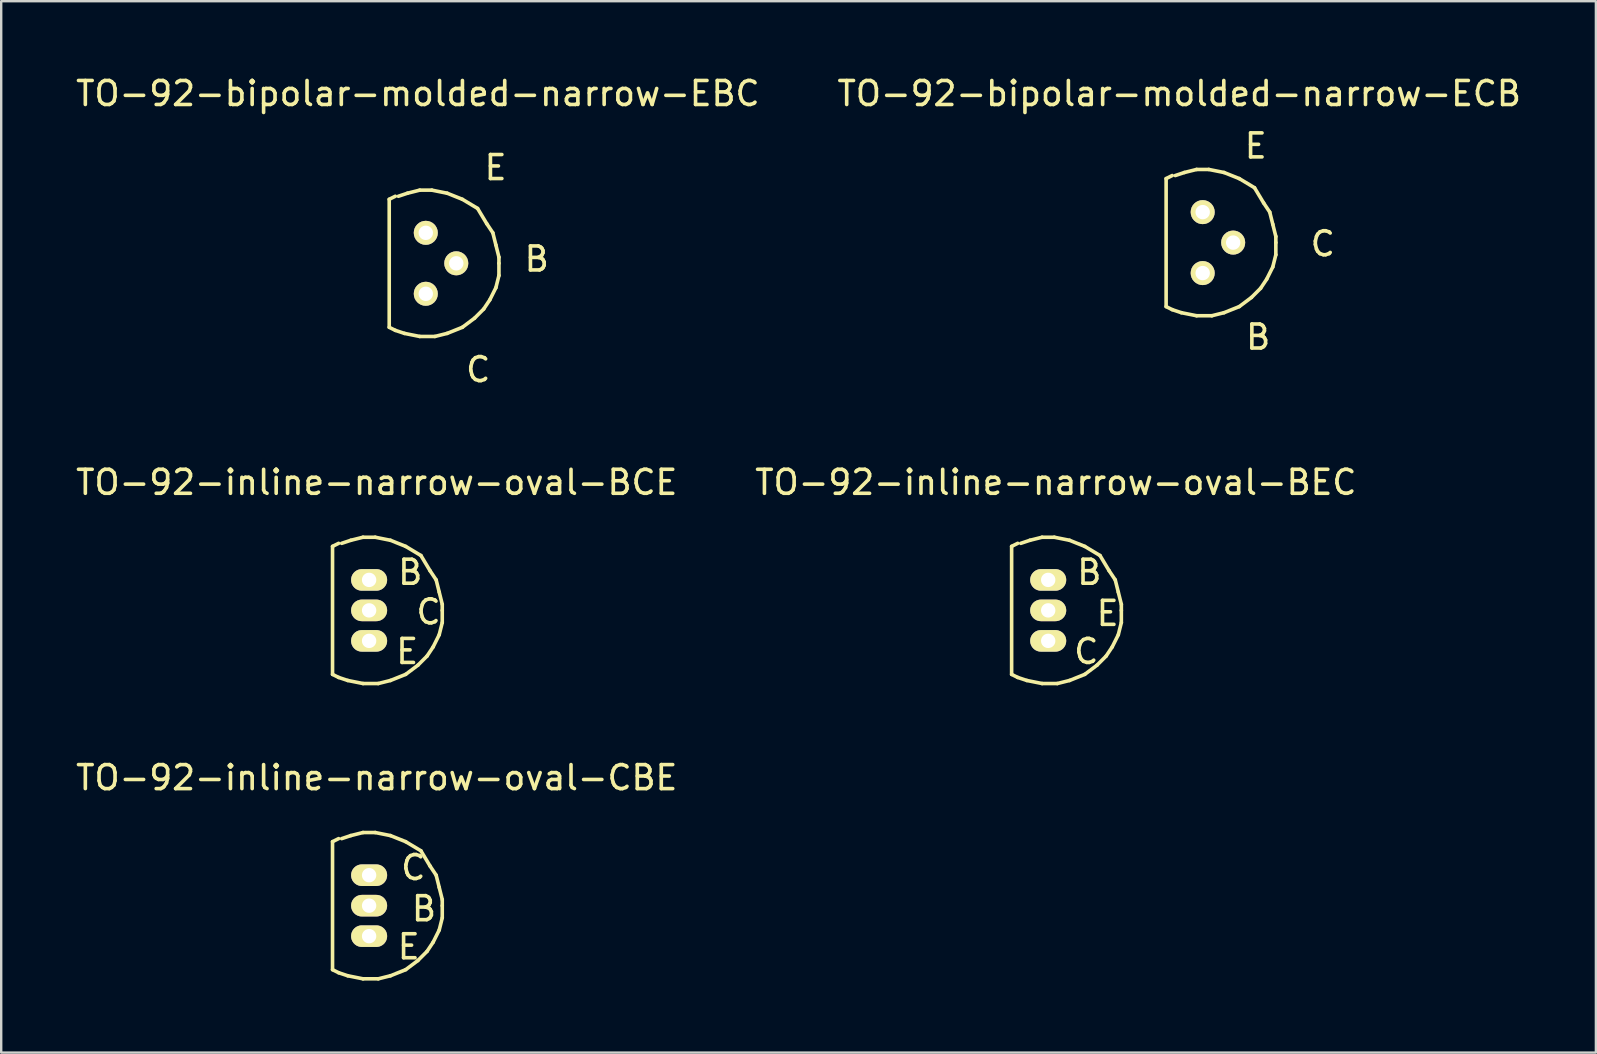
<source format=kicad_pcb>
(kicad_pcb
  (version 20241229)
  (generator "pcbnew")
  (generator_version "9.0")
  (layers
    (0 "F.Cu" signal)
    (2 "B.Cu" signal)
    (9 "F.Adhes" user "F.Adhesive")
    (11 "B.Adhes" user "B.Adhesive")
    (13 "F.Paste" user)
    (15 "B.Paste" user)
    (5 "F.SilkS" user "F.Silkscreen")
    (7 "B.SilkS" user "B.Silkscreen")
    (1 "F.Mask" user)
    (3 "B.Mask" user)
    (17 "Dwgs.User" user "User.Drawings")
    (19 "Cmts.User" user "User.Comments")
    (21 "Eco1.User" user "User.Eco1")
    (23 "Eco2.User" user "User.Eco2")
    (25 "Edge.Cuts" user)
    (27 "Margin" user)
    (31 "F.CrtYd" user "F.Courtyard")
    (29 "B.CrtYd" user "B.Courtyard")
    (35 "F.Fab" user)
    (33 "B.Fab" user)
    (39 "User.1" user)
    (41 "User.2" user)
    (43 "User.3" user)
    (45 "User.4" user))
  (footprint "TO-92-inline-narrow-oval-BEC"
    (layer "F.Cu")
    (at 40.629 22.385)
    (property "Reference" "TO-92-inline-narrow-oval-BEC" (at 0.318 -5.334 0) (layer "F.SilkS") (effects (font (size 1 1) (thickness 0.15))))
    (attr through_hole)
    (fp_line (start -1.524 -2.667) (end -1.524 2.667) (stroke (width 0.15) (type solid)) (layer "F.SilkS"))
    (fp_line (start -1.524 -2.667) (end -1.27 -2.794) (stroke (width 0.15) (type solid)) (layer "F.SilkS"))
    (fp_line (start -1.27 2.794) (end -1.524 2.667) (stroke (width 0.15) (type solid)) (layer "F.SilkS"))
    (fp_line (start -1.143 -2.794) (end -0.762 -2.921) (stroke (width 0.15) (type solid)) (layer "F.SilkS"))
    (fp_line (start -0.889 2.921) (end -1.27 2.794) (stroke (width 0.15) (type solid)) (layer "F.SilkS"))
    (fp_line (start -0.762 -2.921) (end -0.254 -3.048) (stroke (width 0.15) (type solid)) (layer "F.SilkS"))
    (fp_line (start -0.254 -3.048) (end 0.254 -3.048) (stroke (width 0.15) (type solid)) (layer "F.SilkS"))
    (fp_line (start -0.254 3.048) (end -0.889 2.921) (stroke (width 0.15) (type solid)) (layer "F.SilkS"))
    (fp_line (start 0.254 -3.048) (end 0.889 -2.921) (stroke (width 0.15) (type solid)) (layer "F.SilkS"))
    (fp_line (start 0.381 3.048) (end -0.254 3.048) (stroke (width 0.15) (type solid)) (layer "F.SilkS"))
    (fp_line (start 0.889 -2.921) (end 1.524 -2.667) (stroke (width 0.15) (type solid)) (layer "F.SilkS"))
    (fp_line (start 0.889 2.921) (end 0.381 3.048) (stroke (width 0.15) (type solid)) (layer "F.SilkS"))
    (fp_line (start 1.524 -2.667) (end 2.159 -2.286) (stroke (width 0.15) (type solid)) (layer "F.SilkS"))
    (fp_line (start 1.524 2.667) (end 0.889 2.921) (stroke (width 0.15) (type solid)) (layer "F.SilkS"))
    (fp_line (start 2.032 2.286) (end 1.524 2.667) (stroke (width 0.15) (type solid)) (layer "F.SilkS"))
    (fp_line (start 2.159 -2.286) (end 2.54 -1.651) (stroke (width 0.15) (type solid)) (layer "F.SilkS"))
    (fp_line (start 2.413 1.905) (end 2.032 2.286) (stroke (width 0.15) (type solid)) (layer "F.SilkS"))
    (fp_line (start 2.54 -1.651) (end 2.794 -1.27) (stroke (width 0.15) (type solid)) (layer "F.SilkS"))
    (fp_line (start 2.667 1.524) (end 2.413 1.905) (stroke (width 0.15) (type solid)) (layer "F.SilkS"))
    (fp_line (start 2.794 -1.27) (end 2.921 -0.762) (stroke (width 0.15) (type solid)) (layer "F.SilkS"))
    (fp_line (start 2.921 -0.762) (end 3.048 -0.254) (stroke (width 0.15) (type solid)) (layer "F.SilkS"))
    (fp_line (start 2.921 1.016) (end 2.667 1.524) (stroke (width 0.15) (type solid)) (layer "F.SilkS"))
    (fp_line (start 3.048 -0.254) (end 3.048 0) (stroke (width 0.15) (type solid)) (layer "F.SilkS"))
    (fp_line (start 3.048 0) (end 3.048 0.508) (stroke (width 0.15) (type solid)) (layer "F.SilkS"))
    (fp_line (start 3.048 0.508) (end 2.921 1.016) (stroke (width 0.15) (type solid)) (layer "F.SilkS"))
    (fp_text user "B" (at 1.714 -1.587 0) (layer "F.SilkS") (effects (font (size 1 1) (thickness 0.15))))
    (fp_text user "E" (at 2.477 0.127 0) (layer "F.SilkS") (effects (font (size 1 1) (thickness 0.15))))
    (fp_text user "C" (at 1.587 1.714 0) (layer "F.SilkS") (effects (font (size 1 1) (thickness 0.15))))
    (pad "B" thru_hole oval (at 0 -1.27 90) (size 0.899 1.501) (drill 0.599) (layers "*.Cu" "*.Mask" "F.SilkS"))
    (pad "C" thru_hole oval (at 0 1.27 90) (size 0.899 1.501) (drill 0.599) (layers "*.Cu" "*.Mask" "F.SilkS"))
    (pad "E" thru_hole oval (at 0 0 90) (size 0.899 1.501) (drill 0.599) (layers "*.Cu" "*.Mask" "F.SilkS")))
  (footprint "TO-92-bipolar-molded-narrow-EBC"
    (layer "F.Cu")
    (at 14.693 7.922)
    (property "Reference" "TO-92-bipolar-molded-narrow-EBC" (at -0.33 -7.074 0) (layer "F.SilkS") (effects (font (size 1 1) (thickness 0.15))))
    (attr through_hole)
    (fp_line (start -1.524 -2.667) (end -1.524 2.667) (stroke (width 0.15) (type solid)) (layer "F.SilkS"))
    (fp_line (start -1.524 -2.667) (end -1.27 -2.794) (stroke (width 0.15) (type solid)) (layer "F.SilkS"))
    (fp_line (start -1.27 2.794) (end -1.524 2.667) (stroke (width 0.15) (type solid)) (layer "F.SilkS"))
    (fp_line (start -1.143 -2.794) (end -0.762 -2.921) (stroke (width 0.15) (type solid)) (layer "F.SilkS"))
    (fp_line (start -0.889 2.921) (end -1.27 2.794) (stroke (width 0.15) (type solid)) (layer "F.SilkS"))
    (fp_line (start -0.762 -2.921) (end -0.254 -3.048) (stroke (width 0.15) (type solid)) (layer "F.SilkS"))
    (fp_line (start -0.254 -3.048) (end 0.254 -3.048) (stroke (width 0.15) (type solid)) (layer "F.SilkS"))
    (fp_line (start -0.254 3.048) (end -0.889 2.921) (stroke (width 0.15) (type solid)) (layer "F.SilkS"))
    (fp_line (start 0.254 -3.048) (end 0.889 -2.921) (stroke (width 0.15) (type solid)) (layer "F.SilkS"))
    (fp_line (start 0.381 3.048) (end -0.254 3.048) (stroke (width 0.15) (type solid)) (layer "F.SilkS"))
    (fp_line (start 0.889 -2.921) (end 1.524 -2.667) (stroke (width 0.15) (type solid)) (layer "F.SilkS"))
    (fp_line (start 0.889 2.921) (end 0.381 3.048) (stroke (width 0.15) (type solid)) (layer "F.SilkS"))
    (fp_line (start 1.524 -2.667) (end 2.159 -2.286) (stroke (width 0.15) (type solid)) (layer "F.SilkS"))
    (fp_line (start 1.524 2.667) (end 0.889 2.921) (stroke (width 0.15) (type solid)) (layer "F.SilkS"))
    (fp_line (start 2.032 2.286) (end 1.524 2.667) (stroke (width 0.15) (type solid)) (layer "F.SilkS"))
    (fp_line (start 2.159 -2.286) (end 2.54 -1.651) (stroke (width 0.15) (type solid)) (layer "F.SilkS"))
    (fp_line (start 2.413 1.905) (end 2.032 2.286) (stroke (width 0.15) (type solid)) (layer "F.SilkS"))
    (fp_line (start 2.54 -1.651) (end 2.794 -1.27) (stroke (width 0.15) (type solid)) (layer "F.SilkS"))
    (fp_line (start 2.667 1.524) (end 2.413 1.905) (stroke (width 0.15) (type solid)) (layer "F.SilkS"))
    (fp_line (start 2.794 -1.27) (end 2.921 -0.762) (stroke (width 0.15) (type solid)) (layer "F.SilkS"))
    (fp_line (start 2.921 -0.762) (end 3.048 -0.254) (stroke (width 0.15) (type solid)) (layer "F.SilkS"))
    (fp_line (start 2.921 1.016) (end 2.667 1.524) (stroke (width 0.15) (type solid)) (layer "F.SilkS"))
    (fp_line (start 3.048 -0.254) (end 3.048 0) (stroke (width 0.15) (type solid)) (layer "F.SilkS"))
    (fp_line (start 3.048 0) (end 3.048 0.508) (stroke (width 0.15) (type solid)) (layer "F.SilkS"))
    (fp_line (start 3.048 0.508) (end 2.921 1.016) (stroke (width 0.15) (type solid)) (layer "F.SilkS"))
    (fp_text user "B" (at 4.623 -0.178 0) (layer "F.SilkS") (effects (font (size 1 1) (thickness 0.15))))
    (fp_text user "C" (at 2.184 4.432 0) (layer "F.SilkS") (effects (font (size 1 1) (thickness 0.15))))
    (fp_text user "E" (at 2.908 -3.988 0) (layer "F.SilkS") (effects (font (size 1 1) (thickness 0.15))))
    (pad "B" thru_hole circle (at 1.27 0) (size 1.001 1.001) (drill 0.599) (layers "*.Cu" "*.Mask" "F.SilkS"))
    (pad "C" thru_hole circle (at 0 1.27) (size 1.001 1.001) (drill 0.599) (layers "*.Cu" "*.Mask" "F.SilkS"))
    (pad "E" thru_hole circle (at 0 -1.27) (size 1.001 1.001) (drill 0.599) (layers "*.Cu" "*.Mask" "F.SilkS")))
  (footprint "TO-92-inline-narrow-oval-CBE"
    (layer "F.Cu")
    (at 12.331 34.69)
    (property "Reference" "TO-92-inline-narrow-oval-CBE" (at 0.318 -5.334 0) (layer "F.SilkS") (effects (font (size 1 1) (thickness 0.15))))
    (attr through_hole)
    (fp_line (start -1.524 -2.667) (end -1.524 2.667) (stroke (width 0.15) (type solid)) (layer "F.SilkS"))
    (fp_line (start -1.524 -2.667) (end -1.27 -2.794) (stroke (width 0.15) (type solid)) (layer "F.SilkS"))
    (fp_line (start -1.27 2.794) (end -1.524 2.667) (stroke (width 0.15) (type solid)) (layer "F.SilkS"))
    (fp_line (start -1.143 -2.794) (end -0.762 -2.921) (stroke (width 0.15) (type solid)) (layer "F.SilkS"))
    (fp_line (start -0.889 2.921) (end -1.27 2.794) (stroke (width 0.15) (type solid)) (layer "F.SilkS"))
    (fp_line (start -0.762 -2.921) (end -0.254 -3.048) (stroke (width 0.15) (type solid)) (layer "F.SilkS"))
    (fp_line (start -0.254 -3.048) (end 0.254 -3.048) (stroke (width 0.15) (type solid)) (layer "F.SilkS"))
    (fp_line (start -0.254 3.048) (end -0.889 2.921) (stroke (width 0.15) (type solid)) (layer "F.SilkS"))
    (fp_line (start 0.254 -3.048) (end 0.889 -2.921) (stroke (width 0.15) (type solid)) (layer "F.SilkS"))
    (fp_line (start 0.381 3.048) (end -0.254 3.048) (stroke (width 0.15) (type solid)) (layer "F.SilkS"))
    (fp_line (start 0.889 -2.921) (end 1.524 -2.667) (stroke (width 0.15) (type solid)) (layer "F.SilkS"))
    (fp_line (start 0.889 2.921) (end 0.381 3.048) (stroke (width 0.15) (type solid)) (layer "F.SilkS"))
    (fp_line (start 1.524 -2.667) (end 2.159 -2.286) (stroke (width 0.15) (type solid)) (layer "F.SilkS"))
    (fp_line (start 1.524 2.667) (end 0.889 2.921) (stroke (width 0.15) (type solid)) (layer "F.SilkS"))
    (fp_line (start 2.032 2.286) (end 1.524 2.667) (stroke (width 0.15) (type solid)) (layer "F.SilkS"))
    (fp_line (start 2.159 -2.286) (end 2.54 -1.651) (stroke (width 0.15) (type solid)) (layer "F.SilkS"))
    (fp_line (start 2.413 1.905) (end 2.032 2.286) (stroke (width 0.15) (type solid)) (layer "F.SilkS"))
    (fp_line (start 2.54 -1.651) (end 2.794 -1.27) (stroke (width 0.15) (type solid)) (layer "F.SilkS"))
    (fp_line (start 2.667 1.524) (end 2.413 1.905) (stroke (width 0.15) (type solid)) (layer "F.SilkS"))
    (fp_line (start 2.794 -1.27) (end 2.921 -0.762) (stroke (width 0.15) (type solid)) (layer "F.SilkS"))
    (fp_line (start 2.921 -0.762) (end 3.048 -0.254) (stroke (width 0.15) (type solid)) (layer "F.SilkS"))
    (fp_line (start 2.921 1.016) (end 2.667 1.524) (stroke (width 0.15) (type solid)) (layer "F.SilkS"))
    (fp_line (start 3.048 -0.254) (end 3.048 0) (stroke (width 0.15) (type solid)) (layer "F.SilkS"))
    (fp_line (start 3.048 0) (end 3.048 0.508) (stroke (width 0.15) (type solid)) (layer "F.SilkS"))
    (fp_line (start 3.048 0.508) (end 2.921 1.016) (stroke (width 0.15) (type solid)) (layer "F.SilkS"))
    (fp_text user "B" (at 2.286 0.127 0) (layer "F.SilkS") (effects (font (size 1 1) (thickness 0.15))))
    (fp_text user "C" (at 1.841 -1.587 0) (layer "F.SilkS") (effects (font (size 1 1) (thickness 0.15))))
    (fp_text user "E" (at 1.651 1.714 0) (layer "F.SilkS") (effects (font (size 1 1) (thickness 0.15))))
    (pad "B" thru_hole oval (at 0 0 90) (size 0.899 1.501) (drill 0.599) (layers "*.Cu" "*.Mask" "F.SilkS"))
    (pad "C" thru_hole oval (at 0 -1.27 90) (size 0.899 1.501) (drill 0.599) (layers "*.Cu" "*.Mask" "F.SilkS"))
    (pad "E" thru_hole oval (at 0 1.27 90) (size 0.899 1.501) (drill 0.599) (layers "*.Cu" "*.Mask" "F.SilkS")))
  (footprint "TO-92-inline-narrow-oval-BCE"
    (layer "F.Cu")
    (at 12.331 22.385)
    (property "Reference" "TO-92-inline-narrow-oval-BCE" (at 0.318 -5.334 0) (layer "F.SilkS") (effects (font (size 1 1) (thickness 0.15))))
    (attr through_hole)
    (fp_line (start -1.524 -2.667) (end -1.524 2.667) (stroke (width 0.15) (type solid)) (layer "F.SilkS"))
    (fp_line (start -1.524 -2.667) (end -1.27 -2.794) (stroke (width 0.15) (type solid)) (layer "F.SilkS"))
    (fp_line (start -1.27 2.794) (end -1.524 2.667) (stroke (width 0.15) (type solid)) (layer "F.SilkS"))
    (fp_line (start -1.143 -2.794) (end -0.762 -2.921) (stroke (width 0.15) (type solid)) (layer "F.SilkS"))
    (fp_line (start -0.889 2.921) (end -1.27 2.794) (stroke (width 0.15) (type solid)) (layer "F.SilkS"))
    (fp_line (start -0.762 -2.921) (end -0.254 -3.048) (stroke (width 0.15) (type solid)) (layer "F.SilkS"))
    (fp_line (start -0.254 -3.048) (end 0.254 -3.048) (stroke (width 0.15) (type solid)) (layer "F.SilkS"))
    (fp_line (start -0.254 3.048) (end -0.889 2.921) (stroke (width 0.15) (type solid)) (layer "F.SilkS"))
    (fp_line (start 0.254 -3.048) (end 0.889 -2.921) (stroke (width 0.15) (type solid)) (layer "F.SilkS"))
    (fp_line (start 0.381 3.048) (end -0.254 3.048) (stroke (width 0.15) (type solid)) (layer "F.SilkS"))
    (fp_line (start 0.889 -2.921) (end 1.524 -2.667) (stroke (width 0.15) (type solid)) (layer "F.SilkS"))
    (fp_line (start 0.889 2.921) (end 0.381 3.048) (stroke (width 0.15) (type solid)) (layer "F.SilkS"))
    (fp_line (start 1.524 -2.667) (end 2.159 -2.286) (stroke (width 0.15) (type solid)) (layer "F.SilkS"))
    (fp_line (start 1.524 2.667) (end 0.889 2.921) (stroke (width 0.15) (type solid)) (layer "F.SilkS"))
    (fp_line (start 2.032 2.286) (end 1.524 2.667) (stroke (width 0.15) (type solid)) (layer "F.SilkS"))
    (fp_line (start 2.159 -2.286) (end 2.54 -1.651) (stroke (width 0.15) (type solid)) (layer "F.SilkS"))
    (fp_line (start 2.413 1.905) (end 2.032 2.286) (stroke (width 0.15) (type solid)) (layer "F.SilkS"))
    (fp_line (start 2.54 -1.651) (end 2.794 -1.27) (stroke (width 0.15) (type solid)) (layer "F.SilkS"))
    (fp_line (start 2.667 1.524) (end 2.413 1.905) (stroke (width 0.15) (type solid)) (layer "F.SilkS"))
    (fp_line (start 2.794 -1.27) (end 2.921 -0.762) (stroke (width 0.15) (type solid)) (layer "F.SilkS"))
    (fp_line (start 2.921 -0.762) (end 3.048 -0.254) (stroke (width 0.15) (type solid)) (layer "F.SilkS"))
    (fp_line (start 2.921 1.016) (end 2.667 1.524) (stroke (width 0.15) (type solid)) (layer "F.SilkS"))
    (fp_line (start 3.048 -0.254) (end 3.048 0) (stroke (width 0.15) (type solid)) (layer "F.SilkS"))
    (fp_line (start 3.048 0) (end 3.048 0.508) (stroke (width 0.15) (type solid)) (layer "F.SilkS"))
    (fp_line (start 3.048 0.508) (end 2.921 1.016) (stroke (width 0.15) (type solid)) (layer "F.SilkS"))
    (fp_text user "C" (at 2.477 0.064 0) (layer "F.SilkS") (effects (font (size 1 1) (thickness 0.15))))
    (fp_text user "B" (at 1.714 -1.587 0) (layer "F.SilkS") (effects (font (size 1 1) (thickness 0.15))))
    (fp_text user "E" (at 1.587 1.714 0) (layer "F.SilkS") (effects (font (size 1 1) (thickness 0.15))))
    (pad "B" thru_hole oval (at 0 -1.27 90) (size 0.899 1.501) (drill 0.599) (layers "*.Cu" "*.Mask" "F.SilkS"))
    (pad "C" thru_hole oval (at 0 0 90) (size 0.899 1.501) (drill 0.599) (layers "*.Cu" "*.Mask" "F.SilkS"))
    (pad "E" thru_hole oval (at 0 1.27 90) (size 0.899 1.501) (drill 0.599) (layers "*.Cu" "*.Mask" "F.SilkS")))
  (footprint "TO-92-bipolar-molded-narrow-ECB"
    (layer "F.Cu")
    (at 47.067 7.059)
    (property "Reference" "TO-92-bipolar-molded-narrow-ECB" (at -0.978 -6.21 0) (layer "F.SilkS") (effects (font (size 1 1) (thickness 0.15))))
    (attr through_hole)
    (fp_line (start -1.524 -2.667) (end -1.524 2.667) (stroke (width 0.15) (type solid)) (layer "F.SilkS"))
    (fp_line (start -1.524 -2.667) (end -1.27 -2.794) (stroke (width 0.15) (type solid)) (layer "F.SilkS"))
    (fp_line (start -1.27 2.794) (end -1.524 2.667) (stroke (width 0.15) (type solid)) (layer "F.SilkS"))
    (fp_line (start -1.143 -2.794) (end -0.762 -2.921) (stroke (width 0.15) (type solid)) (layer "F.SilkS"))
    (fp_line (start -0.889 2.921) (end -1.27 2.794) (stroke (width 0.15) (type solid)) (layer "F.SilkS"))
    (fp_line (start -0.762 -2.921) (end -0.254 -3.048) (stroke (width 0.15) (type solid)) (layer "F.SilkS"))
    (fp_line (start -0.254 -3.048) (end 0.254 -3.048) (stroke (width 0.15) (type solid)) (layer "F.SilkS"))
    (fp_line (start -0.254 3.048) (end -0.889 2.921) (stroke (width 0.15) (type solid)) (layer "F.SilkS"))
    (fp_line (start 0.254 -3.048) (end 0.889 -2.921) (stroke (width 0.15) (type solid)) (layer "F.SilkS"))
    (fp_line (start 0.381 3.048) (end -0.254 3.048) (stroke (width 0.15) (type solid)) (layer "F.SilkS"))
    (fp_line (start 0.889 -2.921) (end 1.524 -2.667) (stroke (width 0.15) (type solid)) (layer "F.SilkS"))
    (fp_line (start 0.889 2.921) (end 0.381 3.048) (stroke (width 0.15) (type solid)) (layer "F.SilkS"))
    (fp_line (start 1.524 -2.667) (end 2.159 -2.286) (stroke (width 0.15) (type solid)) (layer "F.SilkS"))
    (fp_line (start 1.524 2.667) (end 0.889 2.921) (stroke (width 0.15) (type solid)) (layer "F.SilkS"))
    (fp_line (start 2.032 2.286) (end 1.524 2.667) (stroke (width 0.15) (type solid)) (layer "F.SilkS"))
    (fp_line (start 2.159 -2.286) (end 2.54 -1.651) (stroke (width 0.15) (type solid)) (layer "F.SilkS"))
    (fp_line (start 2.413 1.905) (end 2.032 2.286) (stroke (width 0.15) (type solid)) (layer "F.SilkS"))
    (fp_line (start 2.54 -1.651) (end 2.794 -1.27) (stroke (width 0.15) (type solid)) (layer "F.SilkS"))
    (fp_line (start 2.667 1.524) (end 2.413 1.905) (stroke (width 0.15) (type solid)) (layer "F.SilkS"))
    (fp_line (start 2.794 -1.27) (end 2.921 -0.762) (stroke (width 0.15) (type solid)) (layer "F.SilkS"))
    (fp_line (start 2.921 -0.762) (end 3.048 -0.254) (stroke (width 0.15) (type solid)) (layer "F.SilkS"))
    (fp_line (start 2.921 1.016) (end 2.667 1.524) (stroke (width 0.15) (type solid)) (layer "F.SilkS"))
    (fp_line (start 3.048 -0.254) (end 3.048 0) (stroke (width 0.15) (type solid)) (layer "F.SilkS"))
    (fp_line (start 3.048 0) (end 3.048 0.508) (stroke (width 0.15) (type solid)) (layer "F.SilkS"))
    (fp_line (start 3.048 0.508) (end 2.921 1.016) (stroke (width 0.15) (type solid)) (layer "F.SilkS"))
    (fp_text user "C" (at 5.004 0.051 0) (layer "F.SilkS") (effects (font (size 1 1) (thickness 0.15))))
    (fp_text user "E" (at 2.21 -4.026 0) (layer "F.SilkS") (effects (font (size 1 1) (thickness 0.15))))
    (fp_text user "B" (at 2.311 3.937 0) (layer "F.SilkS") (effects (font (size 1 1) (thickness 0.15))))
    (pad "B" thru_hole circle (at 0 1.27) (size 1.001 1.001) (drill 0.599) (layers "*.Cu" "*.Mask" "F.SilkS"))
    (pad "C" thru_hole circle (at 1.27 0) (size 1.001 1.001) (drill 0.599) (layers "*.Cu" "*.Mask" "F.SilkS"))
    (pad "E" thru_hole circle (at 0 -1.27) (size 1.001 1.001) (drill 0.599) (layers "*.Cu" "*.Mask" "F.SilkS")))
  (gr_rect
    (start -3 -3)
    (end 63.452 40.813)
    (stroke (width 0.1) (type default))
    (fill no)
    (layer "Edge.Cuts")))
</source>
